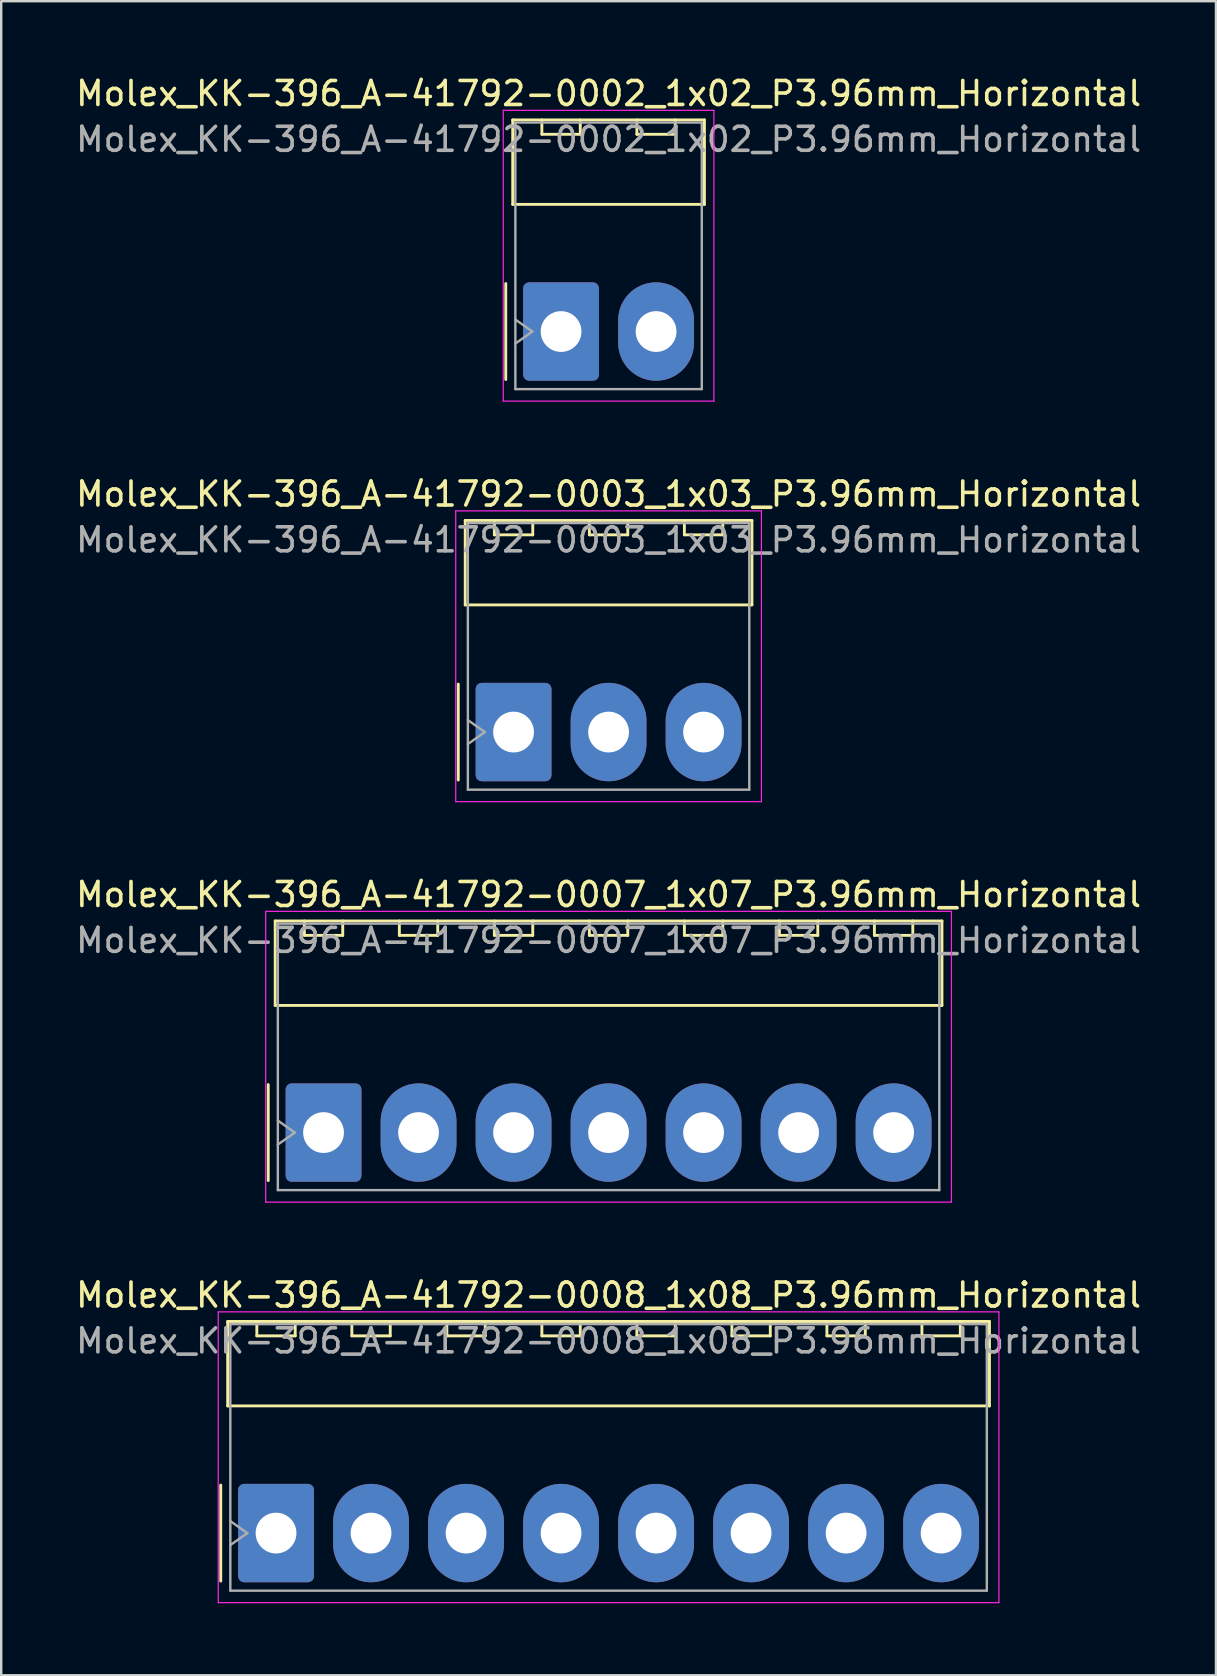
<source format=kicad_pcb>
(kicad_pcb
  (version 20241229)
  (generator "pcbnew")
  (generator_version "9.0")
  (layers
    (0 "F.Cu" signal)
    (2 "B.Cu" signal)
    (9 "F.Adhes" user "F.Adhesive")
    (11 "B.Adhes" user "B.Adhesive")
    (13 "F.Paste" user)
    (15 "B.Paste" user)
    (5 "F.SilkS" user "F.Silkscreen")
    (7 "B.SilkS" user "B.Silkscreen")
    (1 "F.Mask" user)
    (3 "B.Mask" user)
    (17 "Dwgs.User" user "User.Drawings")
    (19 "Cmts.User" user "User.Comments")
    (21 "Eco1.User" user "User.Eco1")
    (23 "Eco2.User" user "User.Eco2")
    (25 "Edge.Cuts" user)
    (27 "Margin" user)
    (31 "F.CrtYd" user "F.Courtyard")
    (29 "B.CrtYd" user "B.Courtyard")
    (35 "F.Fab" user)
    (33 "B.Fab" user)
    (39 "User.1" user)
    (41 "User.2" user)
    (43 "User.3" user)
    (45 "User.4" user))
  (footprint "Molex_KK-396_A-41792-0002_1x02_P3.96mm_Horizontal"
    (layer "F.Cu")
    (at 20.335 10.768)
    (property "Reference" "Molex_KK-396_A-41792-0002_1x02_P3.96mm_Horizontal" (at 1.98 -9.92 0) (layer "F.SilkS") (effects (font (size 1 1) (thickness 0.15))))
    (attr through_hole)
    (fp_line (start -2.305 -2) (end -2.305 2) (stroke (width 0.12) (type solid)) (layer "F.SilkS"))
    (fp_line (start -2.015 -8.82) (end 5.975 -8.82) (stroke (width 0.12) (type solid)) (layer "F.SilkS"))
    (fp_line (start -2.015 -5.3) (end -2.015 -8.82) (stroke (width 0.12) (type solid)) (layer "F.SilkS"))
    (fp_line (start -0.8 -8.82) (end -0.8 -8.22) (stroke (width 0.12) (type solid)) (layer "F.SilkS"))
    (fp_line (start -0.8 -8.22) (end 0.8 -8.22) (stroke (width 0.12) (type solid)) (layer "F.SilkS"))
    (fp_line (start 0.8 -8.22) (end 0.8 -8.82) (stroke (width 0.12) (type solid)) (layer "F.SilkS"))
    (fp_line (start 3.16 -8.82) (end 3.16 -8.22) (stroke (width 0.12) (type solid)) (layer "F.SilkS"))
    (fp_line (start 3.16 -8.22) (end 4.76 -8.22) (stroke (width 0.12) (type solid)) (layer "F.SilkS"))
    (fp_line (start 4.76 -8.22) (end 4.76 -8.82) (stroke (width 0.12) (type solid)) (layer "F.SilkS"))
    (fp_line (start 5.975 -8.82) (end 5.975 -5.3) (stroke (width 0.12) (type solid)) (layer "F.SilkS"))
    (fp_line (start 5.975 -5.3) (end -2.015 -5.3) (stroke (width 0.12) (type solid)) (layer "F.SilkS"))
    (fp_line (start -2.41 -9.22) (end -2.41 2.9) (stroke (width 0.05) (type solid)) (layer "F.CrtYd"))
    (fp_line (start -2.41 2.9) (end 6.37 2.9) (stroke (width 0.05) (type solid)) (layer "F.CrtYd"))
    (fp_line (start 6.37 -9.22) (end -2.41 -9.22) (stroke (width 0.05) (type solid)) (layer "F.CrtYd"))
    (fp_line (start 6.37 2.9) (end 6.37 -9.22) (stroke (width 0.05) (type solid)) (layer "F.CrtYd"))
    (fp_line (start -1.905 -8.71) (end 5.865 -8.71) (stroke (width 0.1) (type solid)) (layer "F.Fab"))
    (fp_line (start -1.905 -0.5) (end -1.198 0) (stroke (width 0.1) (type solid)) (layer "F.Fab"))
    (fp_line (start -1.905 2.4) (end -1.905 -8.71) (stroke (width 0.1) (type solid)) (layer "F.Fab"))
    (fp_line (start -1.198 0) (end -1.905 0.5) (stroke (width 0.1) (type solid)) (layer "F.Fab"))
    (fp_line (start 5.865 -8.71) (end 5.865 2.4) (stroke (width 0.1) (type solid)) (layer "F.Fab"))
    (fp_line (start 5.865 2.4) (end -1.905 2.4) (stroke (width 0.1) (type solid)) (layer "F.Fab"))
    (fp_text user "${REFERENCE}" (at 1.98 -8.01 0) (layer "F.Fab") (effects (font (size 1 1) (thickness 0.15))))
    (pad "1" thru_hole roundrect (at 0 0) (size 3.16 4.1) (drill 1.7) (layers "*.Cu" "*.Mask") (roundrect_rratio 0.079))
    (pad "2" thru_hole oval (at 3.96 0) (size 3.16 4.1) (drill 1.7) (layers "*.Cu" "*.Mask")))
  (footprint "Molex_KK-396_A-41792-0007_1x07_P3.96mm_Horizontal"
    (layer "F.Cu")
    (at 10.435 44.155)
    (property "Reference" "Molex_KK-396_A-41792-0007_1x07_P3.96mm_Horizontal" (at 11.88 -9.92 0) (layer "F.SilkS") (effects (font (size 1 1) (thickness 0.15))))
    (attr through_hole)
    (fp_line (start -2.305 -2) (end -2.305 2) (stroke (width 0.12) (type solid)) (layer "F.SilkS"))
    (fp_line (start -2.015 -8.82) (end 25.775 -8.82) (stroke (width 0.12) (type solid)) (layer "F.SilkS"))
    (fp_line (start -2.015 -5.3) (end -2.015 -8.82) (stroke (width 0.12) (type solid)) (layer "F.SilkS"))
    (fp_line (start -0.8 -8.82) (end -0.8 -8.22) (stroke (width 0.12) (type solid)) (layer "F.SilkS"))
    (fp_line (start -0.8 -8.22) (end 0.8 -8.22) (stroke (width 0.12) (type solid)) (layer "F.SilkS"))
    (fp_line (start 0.8 -8.22) (end 0.8 -8.82) (stroke (width 0.12) (type solid)) (layer "F.SilkS"))
    (fp_line (start 3.16 -8.82) (end 3.16 -8.22) (stroke (width 0.12) (type solid)) (layer "F.SilkS"))
    (fp_line (start 3.16 -8.22) (end 4.76 -8.22) (stroke (width 0.12) (type solid)) (layer "F.SilkS"))
    (fp_line (start 4.76 -8.22) (end 4.76 -8.82) (stroke (width 0.12) (type solid)) (layer "F.SilkS"))
    (fp_line (start 7.12 -8.82) (end 7.12 -8.22) (stroke (width 0.12) (type solid)) (layer "F.SilkS"))
    (fp_line (start 7.12 -8.22) (end 8.72 -8.22) (stroke (width 0.12) (type solid)) (layer "F.SilkS"))
    (fp_line (start 8.72 -8.22) (end 8.72 -8.82) (stroke (width 0.12) (type solid)) (layer "F.SilkS"))
    (fp_line (start 11.08 -8.82) (end 11.08 -8.22) (stroke (width 0.12) (type solid)) (layer "F.SilkS"))
    (fp_line (start 11.08 -8.22) (end 12.68 -8.22) (stroke (width 0.12) (type solid)) (layer "F.SilkS"))
    (fp_line (start 12.68 -8.22) (end 12.68 -8.82) (stroke (width 0.12) (type solid)) (layer "F.SilkS"))
    (fp_line (start 15.04 -8.82) (end 15.04 -8.22) (stroke (width 0.12) (type solid)) (layer "F.SilkS"))
    (fp_line (start 15.04 -8.22) (end 16.64 -8.22) (stroke (width 0.12) (type solid)) (layer "F.SilkS"))
    (fp_line (start 16.64 -8.22) (end 16.64 -8.82) (stroke (width 0.12) (type solid)) (layer "F.SilkS"))
    (fp_line (start 19 -8.82) (end 19 -8.22) (stroke (width 0.12) (type solid)) (layer "F.SilkS"))
    (fp_line (start 19 -8.22) (end 20.6 -8.22) (stroke (width 0.12) (type solid)) (layer "F.SilkS"))
    (fp_line (start 20.6 -8.22) (end 20.6 -8.82) (stroke (width 0.12) (type solid)) (layer "F.SilkS"))
    (fp_line (start 22.96 -8.82) (end 22.96 -8.22) (stroke (width 0.12) (type solid)) (layer "F.SilkS"))
    (fp_line (start 22.96 -8.22) (end 24.56 -8.22) (stroke (width 0.12) (type solid)) (layer "F.SilkS"))
    (fp_line (start 24.56 -8.22) (end 24.56 -8.82) (stroke (width 0.12) (type solid)) (layer "F.SilkS"))
    (fp_line (start 25.775 -8.82) (end 25.775 -5.3) (stroke (width 0.12) (type solid)) (layer "F.SilkS"))
    (fp_line (start 25.775 -5.3) (end -2.015 -5.3) (stroke (width 0.12) (type solid)) (layer "F.SilkS"))
    (fp_line (start -2.41 -9.22) (end -2.41 2.9) (stroke (width 0.05) (type solid)) (layer "F.CrtYd"))
    (fp_line (start -2.41 2.9) (end 26.17 2.9) (stroke (width 0.05) (type solid)) (layer "F.CrtYd"))
    (fp_line (start 26.17 -9.22) (end -2.41 -9.22) (stroke (width 0.05) (type solid)) (layer "F.CrtYd"))
    (fp_line (start 26.17 2.9) (end 26.17 -9.22) (stroke (width 0.05) (type solid)) (layer "F.CrtYd"))
    (fp_line (start -1.905 -8.71) (end 25.665 -8.71) (stroke (width 0.1) (type solid)) (layer "F.Fab"))
    (fp_line (start -1.905 -0.5) (end -1.198 0) (stroke (width 0.1) (type solid)) (layer "F.Fab"))
    (fp_line (start -1.905 2.4) (end -1.905 -8.71) (stroke (width 0.1) (type solid)) (layer "F.Fab"))
    (fp_line (start -1.198 0) (end -1.905 0.5) (stroke (width 0.1) (type solid)) (layer "F.Fab"))
    (fp_line (start 25.665 -8.71) (end 25.665 2.4) (stroke (width 0.1) (type solid)) (layer "F.Fab"))
    (fp_line (start 25.665 2.4) (end -1.905 2.4) (stroke (width 0.1) (type solid)) (layer "F.Fab"))
    (fp_text user "${REFERENCE}" (at 11.88 -8.01 0) (layer "F.Fab") (effects (font (size 1 1) (thickness 0.15))))
    (pad "1" thru_hole roundrect (at 0 0) (size 3.16 4.1) (drill 1.7) (layers "*.Cu" "*.Mask") (roundrect_rratio 0.079))
    (pad "2" thru_hole oval (at 3.96 0) (size 3.16 4.1) (drill 1.7) (layers "*.Cu" "*.Mask"))
    (pad "3" thru_hole oval (at 7.92 0) (size 3.16 4.1) (drill 1.7) (layers "*.Cu" "*.Mask"))
    (pad "4" thru_hole oval (at 11.88 0) (size 3.16 4.1) (drill 1.7) (layers "*.Cu" "*.Mask"))
    (pad "5" thru_hole oval (at 15.84 0) (size 3.16 4.1) (drill 1.7) (layers "*.Cu" "*.Mask"))
    (pad "6" thru_hole oval (at 19.8 0) (size 3.16 4.1) (drill 1.7) (layers "*.Cu" "*.Mask"))
    (pad "7" thru_hole oval (at 23.76 0) (size 3.16 4.1) (drill 1.7) (layers "*.Cu" "*.Mask")))
  (footprint "Molex_KK-396_A-41792-0003_1x03_P3.96mm_Horizontal"
    (layer "F.Cu")
    (at 18.355 27.462)
    (property "Reference" "Molex_KK-396_A-41792-0003_1x03_P3.96mm_Horizontal" (at 3.96 -9.92 0) (layer "F.SilkS") (effects (font (size 1 1) (thickness 0.15))))
    (attr through_hole)
    (fp_line (start -2.305 -2) (end -2.305 2) (stroke (width 0.12) (type solid)) (layer "F.SilkS"))
    (fp_line (start -2.015 -8.82) (end 9.935 -8.82) (stroke (width 0.12) (type solid)) (layer "F.SilkS"))
    (fp_line (start -2.015 -5.3) (end -2.015 -8.82) (stroke (width 0.12) (type solid)) (layer "F.SilkS"))
    (fp_line (start -0.8 -8.82) (end -0.8 -8.22) (stroke (width 0.12) (type solid)) (layer "F.SilkS"))
    (fp_line (start -0.8 -8.22) (end 0.8 -8.22) (stroke (width 0.12) (type solid)) (layer "F.SilkS"))
    (fp_line (start 0.8 -8.22) (end 0.8 -8.82) (stroke (width 0.12) (type solid)) (layer "F.SilkS"))
    (fp_line (start 3.16 -8.82) (end 3.16 -8.22) (stroke (width 0.12) (type solid)) (layer "F.SilkS"))
    (fp_line (start 3.16 -8.22) (end 4.76 -8.22) (stroke (width 0.12) (type solid)) (layer "F.SilkS"))
    (fp_line (start 4.76 -8.22) (end 4.76 -8.82) (stroke (width 0.12) (type solid)) (layer "F.SilkS"))
    (fp_line (start 7.12 -8.82) (end 7.12 -8.22) (stroke (width 0.12) (type solid)) (layer "F.SilkS"))
    (fp_line (start 7.12 -8.22) (end 8.72 -8.22) (stroke (width 0.12) (type solid)) (layer "F.SilkS"))
    (fp_line (start 8.72 -8.22) (end 8.72 -8.82) (stroke (width 0.12) (type solid)) (layer "F.SilkS"))
    (fp_line (start 9.935 -8.82) (end 9.935 -5.3) (stroke (width 0.12) (type solid)) (layer "F.SilkS"))
    (fp_line (start 9.935 -5.3) (end -2.015 -5.3) (stroke (width 0.12) (type solid)) (layer "F.SilkS"))
    (fp_line (start -2.41 -9.22) (end -2.41 2.9) (stroke (width 0.05) (type solid)) (layer "F.CrtYd"))
    (fp_line (start -2.41 2.9) (end 10.33 2.9) (stroke (width 0.05) (type solid)) (layer "F.CrtYd"))
    (fp_line (start 10.33 -9.22) (end -2.41 -9.22) (stroke (width 0.05) (type solid)) (layer "F.CrtYd"))
    (fp_line (start 10.33 2.9) (end 10.33 -9.22) (stroke (width 0.05) (type solid)) (layer "F.CrtYd"))
    (fp_line (start -1.905 -8.71) (end 9.825 -8.71) (stroke (width 0.1) (type solid)) (layer "F.Fab"))
    (fp_line (start -1.905 -0.5) (end -1.198 0) (stroke (width 0.1) (type solid)) (layer "F.Fab"))
    (fp_line (start -1.905 2.4) (end -1.905 -8.71) (stroke (width 0.1) (type solid)) (layer "F.Fab"))
    (fp_line (start -1.198 0) (end -1.905 0.5) (stroke (width 0.1) (type solid)) (layer "F.Fab"))
    (fp_line (start 9.825 -8.71) (end 9.825 2.4) (stroke (width 0.1) (type solid)) (layer "F.Fab"))
    (fp_line (start 9.825 2.4) (end -1.905 2.4) (stroke (width 0.1) (type solid)) (layer "F.Fab"))
    (fp_text user "${REFERENCE}" (at 3.96 -8.01 0) (layer "F.Fab") (effects (font (size 1 1) (thickness 0.15))))
    (pad "1" thru_hole roundrect (at 0 0) (size 3.16 4.1) (drill 1.7) (layers "*.Cu" "*.Mask") (roundrect_rratio 0.079))
    (pad "2" thru_hole oval (at 3.96 0) (size 3.16 4.1) (drill 1.7) (layers "*.Cu" "*.Mask"))
    (pad "3" thru_hole oval (at 7.92 0) (size 3.16 4.1) (drill 1.7) (layers "*.Cu" "*.Mask")))
  (footprint "Molex_KK-396_A-41792-0008_1x08_P3.96mm_Horizontal"
    (layer "F.Cu")
    (at 8.455 60.848)
    (property "Reference" "Molex_KK-396_A-41792-0008_1x08_P3.96mm_Horizontal" (at 13.86 -9.92 0) (layer "F.SilkS") (effects (font (size 1 1) (thickness 0.15))))
    (attr through_hole)
    (fp_line (start -2.305 -2) (end -2.305 2) (stroke (width 0.12) (type solid)) (layer "F.SilkS"))
    (fp_line (start -2.015 -8.82) (end 29.735 -8.82) (stroke (width 0.12) (type solid)) (layer "F.SilkS"))
    (fp_line (start -2.015 -5.3) (end -2.015 -8.82) (stroke (width 0.12) (type solid)) (layer "F.SilkS"))
    (fp_line (start -0.8 -8.82) (end -0.8 -8.22) (stroke (width 0.12) (type solid)) (layer "F.SilkS"))
    (fp_line (start -0.8 -8.22) (end 0.8 -8.22) (stroke (width 0.12) (type solid)) (layer "F.SilkS"))
    (fp_line (start 0.8 -8.22) (end 0.8 -8.82) (stroke (width 0.12) (type solid)) (layer "F.SilkS"))
    (fp_line (start 3.16 -8.82) (end 3.16 -8.22) (stroke (width 0.12) (type solid)) (layer "F.SilkS"))
    (fp_line (start 3.16 -8.22) (end 4.76 -8.22) (stroke (width 0.12) (type solid)) (layer "F.SilkS"))
    (fp_line (start 4.76 -8.22) (end 4.76 -8.82) (stroke (width 0.12) (type solid)) (layer "F.SilkS"))
    (fp_line (start 7.12 -8.82) (end 7.12 -8.22) (stroke (width 0.12) (type solid)) (layer "F.SilkS"))
    (fp_line (start 7.12 -8.22) (end 8.72 -8.22) (stroke (width 0.12) (type solid)) (layer "F.SilkS"))
    (fp_line (start 8.72 -8.22) (end 8.72 -8.82) (stroke (width 0.12) (type solid)) (layer "F.SilkS"))
    (fp_line (start 11.08 -8.82) (end 11.08 -8.22) (stroke (width 0.12) (type solid)) (layer "F.SilkS"))
    (fp_line (start 11.08 -8.22) (end 12.68 -8.22) (stroke (width 0.12) (type solid)) (layer "F.SilkS"))
    (fp_line (start 12.68 -8.22) (end 12.68 -8.82) (stroke (width 0.12) (type solid)) (layer "F.SilkS"))
    (fp_line (start 15.04 -8.82) (end 15.04 -8.22) (stroke (width 0.12) (type solid)) (layer "F.SilkS"))
    (fp_line (start 15.04 -8.22) (end 16.64 -8.22) (stroke (width 0.12) (type solid)) (layer "F.SilkS"))
    (fp_line (start 16.64 -8.22) (end 16.64 -8.82) (stroke (width 0.12) (type solid)) (layer "F.SilkS"))
    (fp_line (start 19 -8.82) (end 19 -8.22) (stroke (width 0.12) (type solid)) (layer "F.SilkS"))
    (fp_line (start 19 -8.22) (end 20.6 -8.22) (stroke (width 0.12) (type solid)) (layer "F.SilkS"))
    (fp_line (start 20.6 -8.22) (end 20.6 -8.82) (stroke (width 0.12) (type solid)) (layer "F.SilkS"))
    (fp_line (start 22.96 -8.82) (end 22.96 -8.22) (stroke (width 0.12) (type solid)) (layer "F.SilkS"))
    (fp_line (start 22.96 -8.22) (end 24.56 -8.22) (stroke (width 0.12) (type solid)) (layer "F.SilkS"))
    (fp_line (start 24.56 -8.22) (end 24.56 -8.82) (stroke (width 0.12) (type solid)) (layer "F.SilkS"))
    (fp_line (start 26.92 -8.82) (end 26.92 -8.22) (stroke (width 0.12) (type solid)) (layer "F.SilkS"))
    (fp_line (start 26.92 -8.22) (end 28.52 -8.22) (stroke (width 0.12) (type solid)) (layer "F.SilkS"))
    (fp_line (start 28.52 -8.22) (end 28.52 -8.82) (stroke (width 0.12) (type solid)) (layer "F.SilkS"))
    (fp_line (start 29.735 -8.82) (end 29.735 -5.3) (stroke (width 0.12) (type solid)) (layer "F.SilkS"))
    (fp_line (start 29.735 -5.3) (end -2.015 -5.3) (stroke (width 0.12) (type solid)) (layer "F.SilkS"))
    (fp_line (start -2.41 -9.22) (end -2.41 2.9) (stroke (width 0.05) (type solid)) (layer "F.CrtYd"))
    (fp_line (start -2.41 2.9) (end 30.13 2.9) (stroke (width 0.05) (type solid)) (layer "F.CrtYd"))
    (fp_line (start 30.13 -9.22) (end -2.41 -9.22) (stroke (width 0.05) (type solid)) (layer "F.CrtYd"))
    (fp_line (start 30.13 2.9) (end 30.13 -9.22) (stroke (width 0.05) (type solid)) (layer "F.CrtYd"))
    (fp_line (start -1.905 -8.71) (end 29.625 -8.71) (stroke (width 0.1) (type solid)) (layer "F.Fab"))
    (fp_line (start -1.905 -0.5) (end -1.198 0) (stroke (width 0.1) (type solid)) (layer "F.Fab"))
    (fp_line (start -1.905 2.4) (end -1.905 -8.71) (stroke (width 0.1) (type solid)) (layer "F.Fab"))
    (fp_line (start -1.198 0) (end -1.905 0.5) (stroke (width 0.1) (type solid)) (layer "F.Fab"))
    (fp_line (start 29.625 -8.71) (end 29.625 2.4) (stroke (width 0.1) (type solid)) (layer "F.Fab"))
    (fp_line (start 29.625 2.4) (end -1.905 2.4) (stroke (width 0.1) (type solid)) (layer "F.Fab"))
    (fp_text user "${REFERENCE}" (at 13.86 -8.01 0) (layer "F.Fab") (effects (font (size 1 1) (thickness 0.15))))
    (pad "1" thru_hole roundrect (at 0 0) (size 3.16 4.1) (drill 1.7) (layers "*.Cu" "*.Mask") (roundrect_rratio 0.079))
    (pad "2" thru_hole oval (at 3.96 0) (size 3.16 4.1) (drill 1.7) (layers "*.Cu" "*.Mask"))
    (pad "3" thru_hole oval (at 7.92 0) (size 3.16 4.1) (drill 1.7) (layers "*.Cu" "*.Mask"))
    (pad "4" thru_hole oval (at 11.88 0) (size 3.16 4.1) (drill 1.7) (layers "*.Cu" "*.Mask"))
    (pad "5" thru_hole oval (at 15.84 0) (size 3.16 4.1) (drill 1.7) (layers "*.Cu" "*.Mask"))
    (pad "6" thru_hole oval (at 19.8 0) (size 3.16 4.1) (drill 1.7) (layers "*.Cu" "*.Mask"))
    (pad "7" thru_hole oval (at 23.76 0) (size 3.16 4.1) (drill 1.7) (layers "*.Cu" "*.Mask"))
    (pad "8" thru_hole oval (at 27.72 0) (size 3.16 4.1) (drill 1.7) (layers "*.Cu" "*.Mask")))
  (gr_rect
    (start -3 -3)
    (end 47.631 66.773)
    (stroke (width 0.1) (type default))
    (fill no)
    (layer "Edge.Cuts")))
</source>
